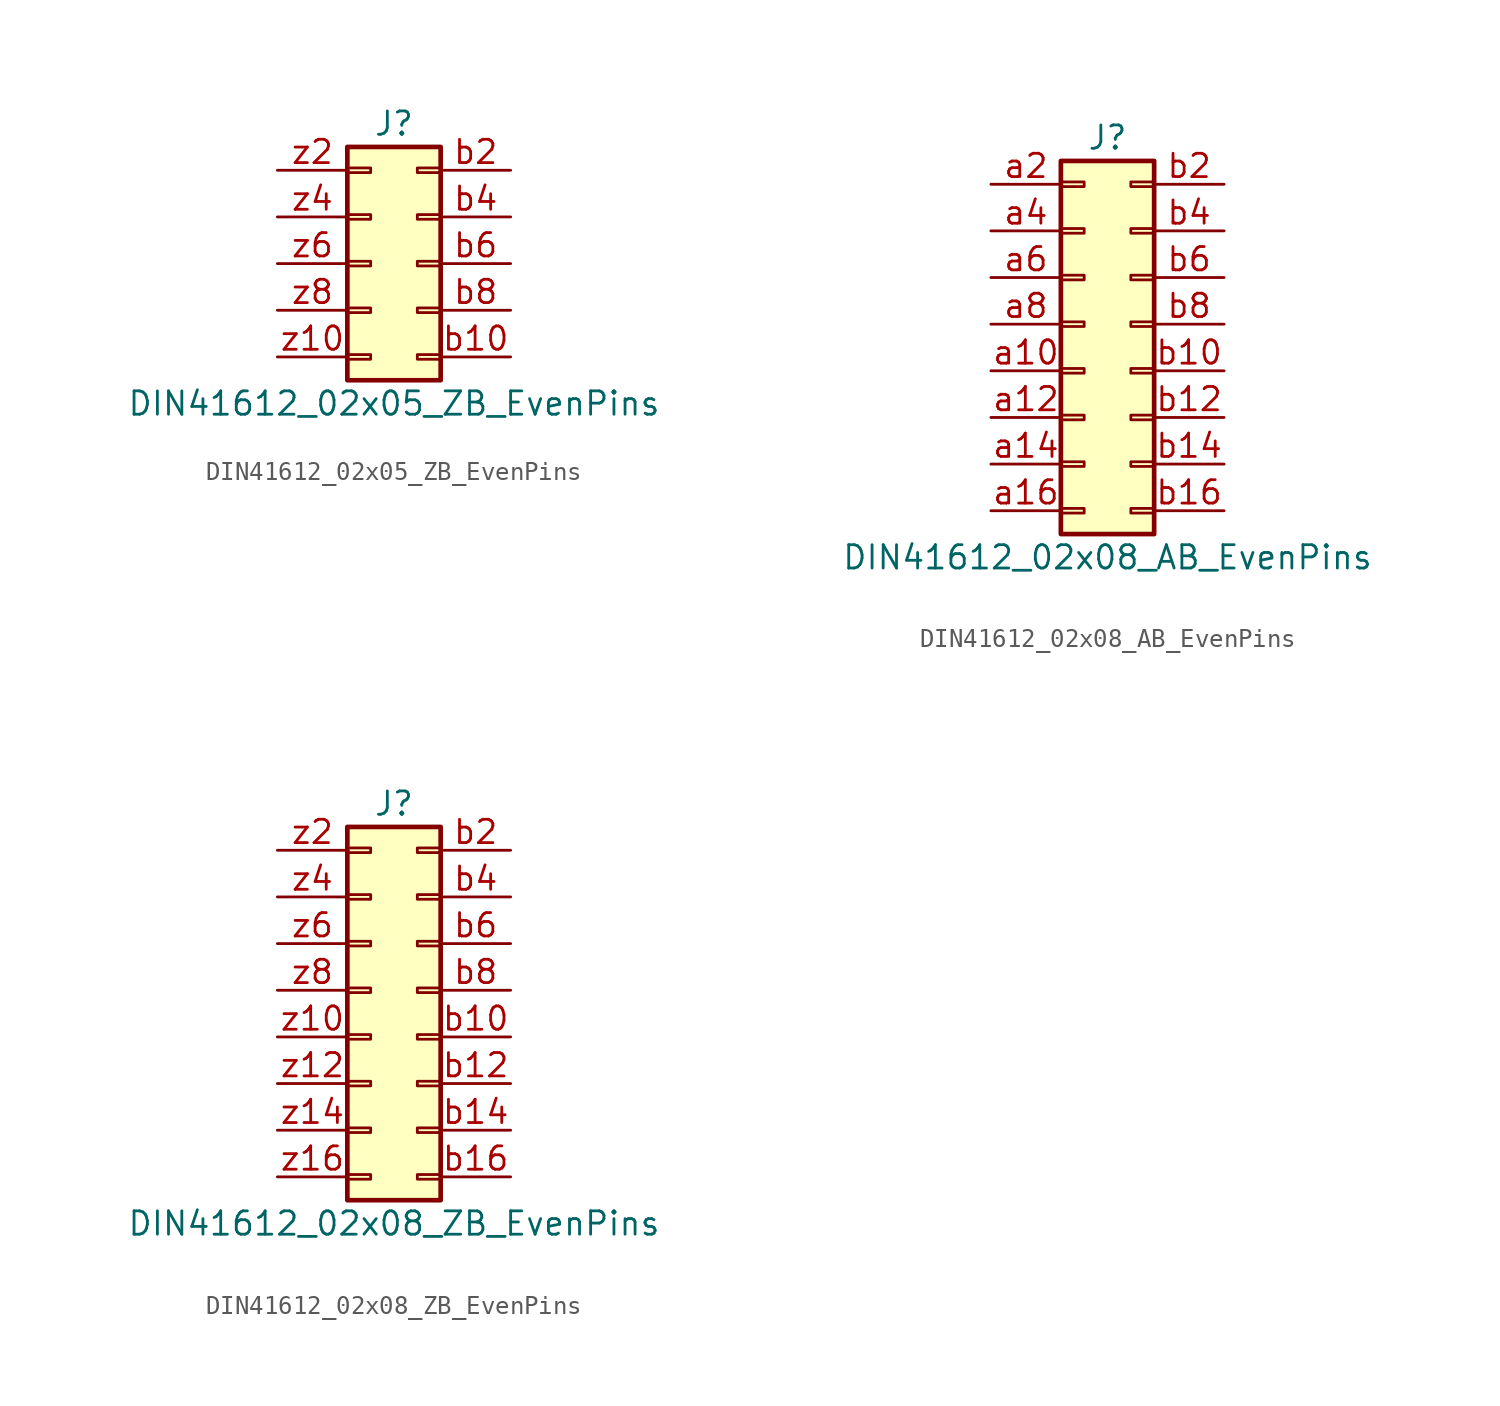
<source format=kicad_sym>
(kicad_symbol_lib
  (version 20211014)
  (generator kicad_symbol_editor)
  (symbol "DIN41612_02x05_ZB_EvenPins"
    (pin_names
      (offset 1.016) hide)
    (property "Reference" "J"
      (at 1.27 7.62 0)
      (effects (font (size 1.27 1.27))))
    (property "Value" "DIN41612_02x05_ZB_EvenPins"
      (at 1.27 -7.62 0)
      (effects (font (size 1.27 1.27))))
    (symbol "DIN41612_02x05_ZB_EvenPins_1_1"
      (rectangle (start -1.27 -4.953) (end 0 -5.207) (stroke (width 0.152) (type default) (color 0 0 0 0)) (fill (type none)))
      (rectangle (start -1.27 -2.413) (end 0 -2.667) (stroke (width 0.152) (type default) (color 0 0 0 0)) (fill (type none)))
      (rectangle (start -1.27 0.127) (end 0 -0.127) (stroke (width 0.152) (type default) (color 0 0 0 0)) (fill (type none)))
      (rectangle (start -1.27 2.667) (end 0 2.413) (stroke (width 0.152) (type default) (color 0 0 0 0)) (fill (type none)))
      (rectangle (start -1.27 5.207) (end 0 4.953) (stroke (width 0.152) (type default) (color 0 0 0 0)) (fill (type none)))
      (rectangle (start -1.27 6.35) (end 3.81 -6.35) (stroke (width 0.254) (type default) (color 0 0 0 0)) (fill (type background)))
      (rectangle (start 3.81 -4.953) (end 2.54 -5.207) (stroke (width 0.152) (type default) (color 0 0 0 0)) (fill (type none)))
      (rectangle (start 3.81 -2.413) (end 2.54 -2.667) (stroke (width 0.152) (type default) (color 0 0 0 0)) (fill (type none)))
      (rectangle (start 3.81 0.127) (end 2.54 -0.127) (stroke (width 0.152) (type default) (color 0 0 0 0)) (fill (type none)))
      (rectangle (start 3.81 2.667) (end 2.54 2.413) (stroke (width 0.152) (type default) (color 0 0 0 0)) (fill (type none)))
      (rectangle (start 3.81 5.207) (end 2.54 4.953) (stroke (width 0.152) (type default) (color 0 0 0 0)) (fill (type none)))
      (pin passive line (at 7.62 -5.08 180) (length 3.81) (name "Pin_b10" (effects (font (size 1.27 1.27)))) (number "b10" (effects (font (size 1.27 1.27)))))
      (pin passive line (at 7.62 5.08 180) (length 3.81) (name "Pin_b2" (effects (font (size 1.27 1.27)))) (number "b2" (effects (font (size 1.27 1.27)))))
      (pin passive line (at 7.62 2.54 180) (length 3.81) (name "Pin_b4" (effects (font (size 1.27 1.27)))) (number "b4" (effects (font (size 1.27 1.27)))))
      (pin passive line (at 7.62 0 180) (length 3.81) (name "Pin_b6" (effects (font (size 1.27 1.27)))) (number "b6" (effects (font (size 1.27 1.27)))))
      (pin passive line (at 7.62 -2.54 180) (length 3.81) (name "Pin_b8" (effects (font (size 1.27 1.27)))) (number "b8" (effects (font (size 1.27 1.27)))))
      (pin passive line (at -5.08 -5.08 0) (length 3.81) (name "Pin_z10" (effects (font (size 1.27 1.27)))) (number "z10" (effects (font (size 1.27 1.27)))))
      (pin passive line (at -5.08 5.08 0) (length 3.81) (name "Pin_z2" (effects (font (size 1.27 1.27)))) (number "z2" (effects (font (size 1.27 1.27)))))
      (pin passive line (at -5.08 2.54 0) (length 3.81) (name "Pin_z4" (effects (font (size 1.27 1.27)))) (number "z4" (effects (font (size 1.27 1.27)))))
      (pin passive line (at -5.08 0 0) (length 3.81) (name "Pin_z6" (effects (font (size 1.27 1.27)))) (number "z6" (effects (font (size 1.27 1.27)))))
      (pin passive line (at -5.08 -2.54 0) (length 3.81) (name "Pin_z8" (effects (font (size 1.27 1.27)))) (number "z8" (effects (font (size 1.27 1.27)))))))
  (symbol "DIN41612_02x08_AB_EvenPins"
    (pin_names
      (offset 1.016) hide)
    (property "Reference" "J"
      (at 1.27 10.16 0)
      (effects (font (size 1.27 1.27))))
    (property "Value" "DIN41612_02x08_AB_EvenPins"
      (at 1.27 -12.7 0)
      (effects (font (size 1.27 1.27))))
    (symbol "DIN41612_02x08_AB_EvenPins_1_1"
      (rectangle (start -1.27 -10.033) (end 0 -10.287) (stroke (width 0.152) (type default) (color 0 0 0 0)) (fill (type none)))
      (rectangle (start -1.27 -7.493) (end 0 -7.747) (stroke (width 0.152) (type default) (color 0 0 0 0)) (fill (type none)))
      (rectangle (start -1.27 -4.953) (end 0 -5.207) (stroke (width 0.152) (type default) (color 0 0 0 0)) (fill (type none)))
      (rectangle (start -1.27 -2.413) (end 0 -2.667) (stroke (width 0.152) (type default) (color 0 0 0 0)) (fill (type none)))
      (rectangle (start -1.27 0.127) (end 0 -0.127) (stroke (width 0.152) (type default) (color 0 0 0 0)) (fill (type none)))
      (rectangle (start -1.27 2.667) (end 0 2.413) (stroke (width 0.152) (type default) (color 0 0 0 0)) (fill (type none)))
      (rectangle (start -1.27 5.207) (end 0 4.953) (stroke (width 0.152) (type default) (color 0 0 0 0)) (fill (type none)))
      (rectangle (start -1.27 7.747) (end 0 7.493) (stroke (width 0.152) (type default) (color 0 0 0 0)) (fill (type none)))
      (rectangle (start -1.27 8.89) (end 3.81 -11.43) (stroke (width 0.254) (type default) (color 0 0 0 0)) (fill (type background)))
      (rectangle (start 3.81 -10.033) (end 2.54 -10.287) (stroke (width 0.152) (type default) (color 0 0 0 0)) (fill (type none)))
      (rectangle (start 3.81 -7.493) (end 2.54 -7.747) (stroke (width 0.152) (type default) (color 0 0 0 0)) (fill (type none)))
      (rectangle (start 3.81 -4.953) (end 2.54 -5.207) (stroke (width 0.152) (type default) (color 0 0 0 0)) (fill (type none)))
      (rectangle (start 3.81 -2.413) (end 2.54 -2.667) (stroke (width 0.152) (type default) (color 0 0 0 0)) (fill (type none)))
      (rectangle (start 3.81 0.127) (end 2.54 -0.127) (stroke (width 0.152) (type default) (color 0 0 0 0)) (fill (type none)))
      (rectangle (start 3.81 2.667) (end 2.54 2.413) (stroke (width 0.152) (type default) (color 0 0 0 0)) (fill (type none)))
      (rectangle (start 3.81 5.207) (end 2.54 4.953) (stroke (width 0.152) (type default) (color 0 0 0 0)) (fill (type none)))
      (rectangle (start 3.81 7.747) (end 2.54 7.493) (stroke (width 0.152) (type default) (color 0 0 0 0)) (fill (type none)))
      (pin passive line (at -5.08 -2.54 0) (length 3.81) (name "Pin_a10" (effects (font (size 1.27 1.27)))) (number "a10" (effects (font (size 1.27 1.27)))))
      (pin passive line (at -5.08 -5.08 0) (length 3.81) (name "Pin_a12" (effects (font (size 1.27 1.27)))) (number "a12" (effects (font (size 1.27 1.27)))))
      (pin passive line (at -5.08 -7.62 0) (length 3.81) (name "Pin_a14" (effects (font (size 1.27 1.27)))) (number "a14" (effects (font (size 1.27 1.27)))))
      (pin passive line (at -5.08 -10.16 0) (length 3.81) (name "Pin_a16" (effects (font (size 1.27 1.27)))) (number "a16" (effects (font (size 1.27 1.27)))))
      (pin passive line (at -5.08 7.62 0) (length 3.81) (name "Pin_a2" (effects (font (size 1.27 1.27)))) (number "a2" (effects (font (size 1.27 1.27)))))
      (pin passive line (at -5.08 5.08 0) (length 3.81) (name "Pin_a4" (effects (font (size 1.27 1.27)))) (number "a4" (effects (font (size 1.27 1.27)))))
      (pin passive line (at -5.08 2.54 0) (length 3.81) (name "Pin_a6" (effects (font (size 1.27 1.27)))) (number "a6" (effects (font (size 1.27 1.27)))))
      (pin passive line (at -5.08 0 0) (length 3.81) (name "Pin_a8" (effects (font (size 1.27 1.27)))) (number "a8" (effects (font (size 1.27 1.27)))))
      (pin passive line (at 7.62 -2.54 180) (length 3.81) (name "Pin_b10" (effects (font (size 1.27 1.27)))) (number "b10" (effects (font (size 1.27 1.27)))))
      (pin passive line (at 7.62 -5.08 180) (length 3.81) (name "Pin_b12" (effects (font (size 1.27 1.27)))) (number "b12" (effects (font (size 1.27 1.27)))))
      (pin passive line (at 7.62 -7.62 180) (length 3.81) (name "Pin_b14" (effects (font (size 1.27 1.27)))) (number "b14" (effects (font (size 1.27 1.27)))))
      (pin passive line (at 7.62 -10.16 180) (length 3.81) (name "Pin_b16" (effects (font (size 1.27 1.27)))) (number "b16" (effects (font (size 1.27 1.27)))))
      (pin passive line (at 7.62 7.62 180) (length 3.81) (name "Pin_b2" (effects (font (size 1.27 1.27)))) (number "b2" (effects (font (size 1.27 1.27)))))
      (pin passive line (at 7.62 5.08 180) (length 3.81) (name "Pin_b4" (effects (font (size 1.27 1.27)))) (number "b4" (effects (font (size 1.27 1.27)))))
      (pin passive line (at 7.62 2.54 180) (length 3.81) (name "Pin_b6" (effects (font (size 1.27 1.27)))) (number "b6" (effects (font (size 1.27 1.27)))))
      (pin passive line (at 7.62 0 180) (length 3.81) (name "Pin_b8" (effects (font (size 1.27 1.27)))) (number "b8" (effects (font (size 1.27 1.27)))))))
  (symbol "DIN41612_02x08_ZB_EvenPins"
    (pin_names
      (offset 1.016) hide)
    (property "Reference" "J"
      (at 1.27 10.16 0)
      (effects (font (size 1.27 1.27))))
    (property "Value" "DIN41612_02x08_ZB_EvenPins"
      (at 1.27 -12.7 0)
      (effects (font (size 1.27 1.27))))
    (symbol "DIN41612_02x08_ZB_EvenPins_1_1"
      (rectangle (start -1.27 -10.033) (end 0 -10.287) (stroke (width 0.152) (type default) (color 0 0 0 0)) (fill (type none)))
      (rectangle (start -1.27 -7.493) (end 0 -7.747) (stroke (width 0.152) (type default) (color 0 0 0 0)) (fill (type none)))
      (rectangle (start -1.27 -4.953) (end 0 -5.207) (stroke (width 0.152) (type default) (color 0 0 0 0)) (fill (type none)))
      (rectangle (start -1.27 -2.413) (end 0 -2.667) (stroke (width 0.152) (type default) (color 0 0 0 0)) (fill (type none)))
      (rectangle (start -1.27 0.127) (end 0 -0.127) (stroke (width 0.152) (type default) (color 0 0 0 0)) (fill (type none)))
      (rectangle (start -1.27 2.667) (end 0 2.413) (stroke (width 0.152) (type default) (color 0 0 0 0)) (fill (type none)))
      (rectangle (start -1.27 5.207) (end 0 4.953) (stroke (width 0.152) (type default) (color 0 0 0 0)) (fill (type none)))
      (rectangle (start -1.27 7.747) (end 0 7.493) (stroke (width 0.152) (type default) (color 0 0 0 0)) (fill (type none)))
      (rectangle (start -1.27 8.89) (end 3.81 -11.43) (stroke (width 0.254) (type default) (color 0 0 0 0)) (fill (type background)))
      (rectangle (start 3.81 -10.033) (end 2.54 -10.287) (stroke (width 0.152) (type default) (color 0 0 0 0)) (fill (type none)))
      (rectangle (start 3.81 -7.493) (end 2.54 -7.747) (stroke (width 0.152) (type default) (color 0 0 0 0)) (fill (type none)))
      (rectangle (start 3.81 -4.953) (end 2.54 -5.207) (stroke (width 0.152) (type default) (color 0 0 0 0)) (fill (type none)))
      (rectangle (start 3.81 -2.413) (end 2.54 -2.667) (stroke (width 0.152) (type default) (color 0 0 0 0)) (fill (type none)))
      (rectangle (start 3.81 0.127) (end 2.54 -0.127) (stroke (width 0.152) (type default) (color 0 0 0 0)) (fill (type none)))
      (rectangle (start 3.81 2.667) (end 2.54 2.413) (stroke (width 0.152) (type default) (color 0 0 0 0)) (fill (type none)))
      (rectangle (start 3.81 5.207) (end 2.54 4.953) (stroke (width 0.152) (type default) (color 0 0 0 0)) (fill (type none)))
      (rectangle (start 3.81 7.747) (end 2.54 7.493) (stroke (width 0.152) (type default) (color 0 0 0 0)) (fill (type none)))
      (pin passive line (at 7.62 -2.54 180) (length 3.81) (name "Pin_b10" (effects (font (size 1.27 1.27)))) (number "b10" (effects (font (size 1.27 1.27)))))
      (pin passive line (at 7.62 -5.08 180) (length 3.81) (name "Pin_b12" (effects (font (size 1.27 1.27)))) (number "b12" (effects (font (size 1.27 1.27)))))
      (pin passive line (at 7.62 -7.62 180) (length 3.81) (name "Pin_b14" (effects (font (size 1.27 1.27)))) (number "b14" (effects (font (size 1.27 1.27)))))
      (pin passive line (at 7.62 -10.16 180) (length 3.81) (name "Pin_b16" (effects (font (size 1.27 1.27)))) (number "b16" (effects (font (size 1.27 1.27)))))
      (pin passive line (at 7.62 7.62 180) (length 3.81) (name "Pin_b2" (effects (font (size 1.27 1.27)))) (number "b2" (effects (font (size 1.27 1.27)))))
      (pin passive line (at 7.62 5.08 180) (length 3.81) (name "Pin_b4" (effects (font (size 1.27 1.27)))) (number "b4" (effects (font (size 1.27 1.27)))))
      (pin passive line (at 7.62 2.54 180) (length 3.81) (name "Pin_b6" (effects (font (size 1.27 1.27)))) (number "b6" (effects (font (size 1.27 1.27)))))
      (pin passive line (at 7.62 0 180) (length 3.81) (name "Pin_b8" (effects (font (size 1.27 1.27)))) (number "b8" (effects (font (size 1.27 1.27)))))
      (pin passive line (at -5.08 -2.54 0) (length 3.81) (name "Pin_z10" (effects (font (size 1.27 1.27)))) (number "z10" (effects (font (size 1.27 1.27)))))
      (pin passive line (at -5.08 -5.08 0) (length 3.81) (name "Pin_z12" (effects (font (size 1.27 1.27)))) (number "z12" (effects (font (size 1.27 1.27)))))
      (pin passive line (at -5.08 -7.62 0) (length 3.81) (name "Pin_z14" (effects (font (size 1.27 1.27)))) (number "z14" (effects (font (size 1.27 1.27)))))
      (pin passive line (at -5.08 -10.16 0) (length 3.81) (name "Pin_z16" (effects (font (size 1.27 1.27)))) (number "z16" (effects (font (size 1.27 1.27)))))
      (pin passive line (at -5.08 7.62 0) (length 3.81) (name "Pin_z2" (effects (font (size 1.27 1.27)))) (number "z2" (effects (font (size 1.27 1.27)))))
      (pin passive line (at -5.08 5.08 0) (length 3.81) (name "Pin_z4" (effects (font (size 1.27 1.27)))) (number "z4" (effects (font (size 1.27 1.27)))))
      (pin passive line (at -5.08 2.54 0) (length 3.81) (name "Pin_z6" (effects (font (size 1.27 1.27)))) (number "z6" (effects (font (size 1.27 1.27)))))
      (pin passive line (at -5.08 0 0) (length 3.81) (name "Pin_z8" (effects (font (size 1.27 1.27)))) (number "z8" (effects (font (size 1.27 1.27))))))))
</source>
